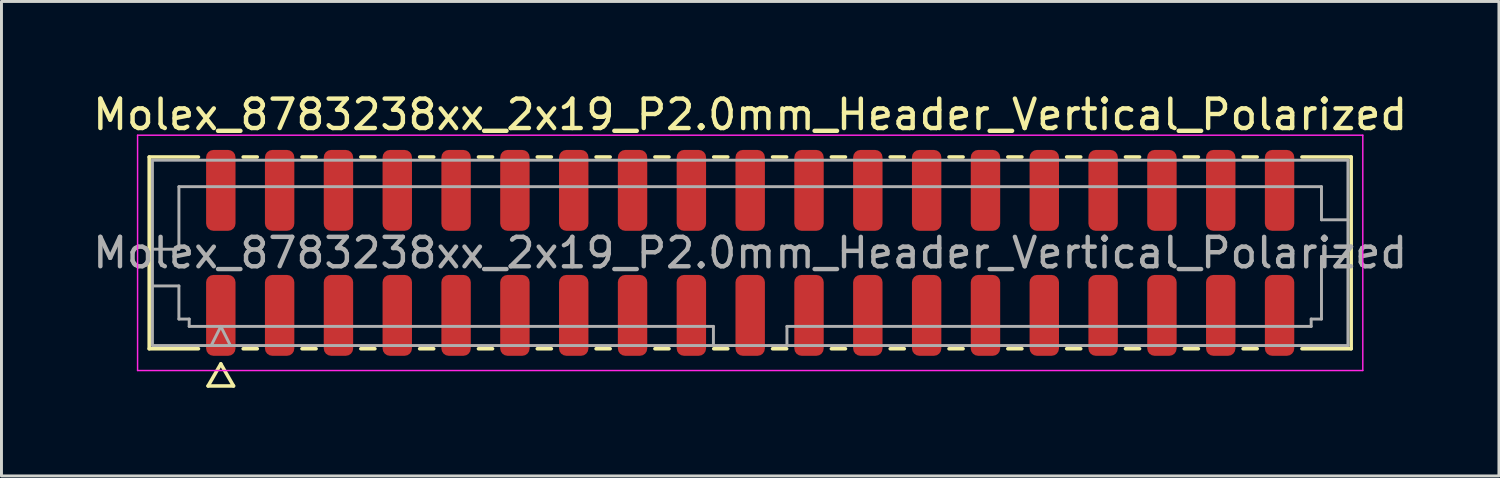
<source format=kicad_pcb>
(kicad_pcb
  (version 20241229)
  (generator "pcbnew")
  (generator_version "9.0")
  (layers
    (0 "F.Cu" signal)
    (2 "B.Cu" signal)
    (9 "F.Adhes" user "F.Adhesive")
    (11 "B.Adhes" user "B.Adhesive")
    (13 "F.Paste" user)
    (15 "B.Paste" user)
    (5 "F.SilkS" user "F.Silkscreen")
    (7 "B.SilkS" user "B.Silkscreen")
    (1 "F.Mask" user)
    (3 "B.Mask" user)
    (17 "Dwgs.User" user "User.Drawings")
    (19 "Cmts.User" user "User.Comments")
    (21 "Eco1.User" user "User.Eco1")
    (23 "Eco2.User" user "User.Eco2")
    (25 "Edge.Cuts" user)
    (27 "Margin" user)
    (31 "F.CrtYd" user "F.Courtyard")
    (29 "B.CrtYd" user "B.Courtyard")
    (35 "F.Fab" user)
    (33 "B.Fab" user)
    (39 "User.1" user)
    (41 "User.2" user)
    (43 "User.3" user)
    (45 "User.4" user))
  (footprint "Molex_8783238xx_2x19_P2.0mm_Header_Vertical_Polarized"
    (layer "F.Cu")
    (at 22.458 5.548)
    (property "Reference" "Molex_8783238xx_2x19_P2.0mm_Header_Vertical_Polarized" (at 0 -4.7 0) (layer "F.SilkS") (effects (font (size 1 1) (thickness 0.15))))
    (attr smd)
    (fp_line (start -20.435 -3.26) (end -18.76 -3.26) (stroke (width 0.12) (type solid)) (layer "F.SilkS"))
    (fp_line (start -20.435 3.26) (end -20.435 -3.26) (stroke (width 0.12) (type solid)) (layer "F.SilkS"))
    (fp_line (start -18.76 3.26) (end -20.435 3.26) (stroke (width 0.12) (type solid)) (layer "F.SilkS"))
    (fp_line (start -18.433 4.525) (end -18 3.775) (stroke (width 0.12) (type solid)) (layer "F.SilkS"))
    (fp_line (start -18 3.775) (end -17.567 4.525) (stroke (width 0.12) (type solid)) (layer "F.SilkS"))
    (fp_line (start -17.567 4.525) (end -18.433 4.525) (stroke (width 0.12) (type solid)) (layer "F.SilkS"))
    (fp_line (start -17.24 -3.26) (end -16.76 -3.26) (stroke (width 0.12) (type solid)) (layer "F.SilkS"))
    (fp_line (start -16.76 3.26) (end -17.24 3.26) (stroke (width 0.12) (type solid)) (layer "F.SilkS"))
    (fp_line (start -15.24 -3.26) (end -14.76 -3.26) (stroke (width 0.12) (type solid)) (layer "F.SilkS"))
    (fp_line (start -14.76 3.26) (end -15.24 3.26) (stroke (width 0.12) (type solid)) (layer "F.SilkS"))
    (fp_line (start -13.24 -3.26) (end -12.76 -3.26) (stroke (width 0.12) (type solid)) (layer "F.SilkS"))
    (fp_line (start -12.76 3.26) (end -13.24 3.26) (stroke (width 0.12) (type solid)) (layer "F.SilkS"))
    (fp_line (start -11.24 -3.26) (end -10.76 -3.26) (stroke (width 0.12) (type solid)) (layer "F.SilkS"))
    (fp_line (start -10.76 3.26) (end -11.24 3.26) (stroke (width 0.12) (type solid)) (layer "F.SilkS"))
    (fp_line (start -9.24 -3.26) (end -8.76 -3.26) (stroke (width 0.12) (type solid)) (layer "F.SilkS"))
    (fp_line (start -8.76 3.26) (end -9.24 3.26) (stroke (width 0.12) (type solid)) (layer "F.SilkS"))
    (fp_line (start -7.24 -3.26) (end -6.76 -3.26) (stroke (width 0.12) (type solid)) (layer "F.SilkS"))
    (fp_line (start -6.76 3.26) (end -7.24 3.26) (stroke (width 0.12) (type solid)) (layer "F.SilkS"))
    (fp_line (start -5.24 -3.26) (end -4.76 -3.26) (stroke (width 0.12) (type solid)) (layer "F.SilkS"))
    (fp_line (start -4.76 3.26) (end -5.24 3.26) (stroke (width 0.12) (type solid)) (layer "F.SilkS"))
    (fp_line (start -3.24 -3.26) (end -2.76 -3.26) (stroke (width 0.12) (type solid)) (layer "F.SilkS"))
    (fp_line (start -2.76 3.26) (end -3.24 3.26) (stroke (width 0.12) (type solid)) (layer "F.SilkS"))
    (fp_line (start -1.24 -3.26) (end -0.76 -3.26) (stroke (width 0.12) (type solid)) (layer "F.SilkS"))
    (fp_line (start -0.76 3.26) (end -1.24 3.26) (stroke (width 0.12) (type solid)) (layer "F.SilkS"))
    (fp_line (start 0.76 -3.26) (end 1.24 -3.26) (stroke (width 0.12) (type solid)) (layer "F.SilkS"))
    (fp_line (start 1.24 3.26) (end 0.76 3.26) (stroke (width 0.12) (type solid)) (layer "F.SilkS"))
    (fp_line (start 2.76 -3.26) (end 3.24 -3.26) (stroke (width 0.12) (type solid)) (layer "F.SilkS"))
    (fp_line (start 3.24 3.26) (end 2.76 3.26) (stroke (width 0.12) (type solid)) (layer "F.SilkS"))
    (fp_line (start 4.76 -3.26) (end 5.24 -3.26) (stroke (width 0.12) (type solid)) (layer "F.SilkS"))
    (fp_line (start 5.24 3.26) (end 4.76 3.26) (stroke (width 0.12) (type solid)) (layer "F.SilkS"))
    (fp_line (start 6.76 -3.26) (end 7.24 -3.26) (stroke (width 0.12) (type solid)) (layer "F.SilkS"))
    (fp_line (start 7.24 3.26) (end 6.76 3.26) (stroke (width 0.12) (type solid)) (layer "F.SilkS"))
    (fp_line (start 8.76 -3.26) (end 9.24 -3.26) (stroke (width 0.12) (type solid)) (layer "F.SilkS"))
    (fp_line (start 9.24 3.26) (end 8.76 3.26) (stroke (width 0.12) (type solid)) (layer "F.SilkS"))
    (fp_line (start 10.76 -3.26) (end 11.24 -3.26) (stroke (width 0.12) (type solid)) (layer "F.SilkS"))
    (fp_line (start 11.24 3.26) (end 10.76 3.26) (stroke (width 0.12) (type solid)) (layer "F.SilkS"))
    (fp_line (start 12.76 -3.26) (end 13.24 -3.26) (stroke (width 0.12) (type solid)) (layer "F.SilkS"))
    (fp_line (start 13.24 3.26) (end 12.76 3.26) (stroke (width 0.12) (type solid)) (layer "F.SilkS"))
    (fp_line (start 14.76 -3.26) (end 15.24 -3.26) (stroke (width 0.12) (type solid)) (layer "F.SilkS"))
    (fp_line (start 15.24 3.26) (end 14.76 3.26) (stroke (width 0.12) (type solid)) (layer "F.SilkS"))
    (fp_line (start 16.76 -3.26) (end 17.24 -3.26) (stroke (width 0.12) (type solid)) (layer "F.SilkS"))
    (fp_line (start 17.24 3.26) (end 16.76 3.26) (stroke (width 0.12) (type solid)) (layer "F.SilkS"))
    (fp_line (start 18.76 -3.26) (end 20.435 -3.26) (stroke (width 0.12) (type solid)) (layer "F.SilkS"))
    (fp_line (start 20.435 -3.26) (end 20.435 3.26) (stroke (width 0.12) (type solid)) (layer "F.SilkS"))
    (fp_line (start 20.435 3.26) (end 18.76 3.26) (stroke (width 0.12) (type solid)) (layer "F.SilkS"))
    (fp_line (start -20.83 -4) (end -20.83 4) (stroke (width 0.05) (type solid)) (layer "F.CrtYd"))
    (fp_line (start -20.83 4) (end 20.83 4) (stroke (width 0.05) (type solid)) (layer "F.CrtYd"))
    (fp_line (start 20.83 -4) (end -20.83 -4) (stroke (width 0.05) (type solid)) (layer "F.CrtYd"))
    (fp_line (start 20.83 4) (end 20.83 -4) (stroke (width 0.05) (type solid)) (layer "F.CrtYd"))
    (fp_line (start -20.325 -3.15) (end 20.325 -3.15) (stroke (width 0.1) (type solid)) (layer "F.Fab"))
    (fp_line (start -20.325 -0.125) (end -19.425 -0.125) (stroke (width 0.1) (type solid)) (layer "F.Fab"))
    (fp_line (start -20.325 1.125) (end -19.425 1.125) (stroke (width 0.1) (type solid)) (layer "F.Fab"))
    (fp_line (start -20.325 3.15) (end -20.325 -3.15) (stroke (width 0.1) (type solid)) (layer "F.Fab"))
    (fp_line (start -19.425 -2.25) (end 19.425 -2.25) (stroke (width 0.1) (type solid)) (layer "F.Fab"))
    (fp_line (start -19.425 -0.125) (end -19.425 -2.25) (stroke (width 0.1) (type solid)) (layer "F.Fab"))
    (fp_line (start -19.425 1.125) (end -19.425 2.25) (stroke (width 0.1) (type solid)) (layer "F.Fab"))
    (fp_line (start -19.425 2.25) (end -19.075 2.25) (stroke (width 0.1) (type solid)) (layer "F.Fab"))
    (fp_line (start -19.075 2.25) (end -19.075 2.5) (stroke (width 0.1) (type solid)) (layer "F.Fab"))
    (fp_line (start -19.075 2.5) (end -1.25 2.5) (stroke (width 0.1) (type solid)) (layer "F.Fab"))
    (fp_line (start -18.325 3.15) (end -18 2.5) (stroke (width 0.1) (type solid)) (layer "F.Fab"))
    (fp_line (start -18 2.5) (end -17.675 3.15) (stroke (width 0.1) (type solid)) (layer "F.Fab"))
    (fp_line (start -1.25 2.5) (end -1.25 3.15) (stroke (width 0.1) (type solid)) (layer "F.Fab"))
    (fp_line (start 1.25 2.5) (end 1.25 3.15) (stroke (width 0.1) (type solid)) (layer "F.Fab"))
    (fp_line (start 1.25 2.5) (end 19.075 2.5) (stroke (width 0.1) (type solid)) (layer "F.Fab"))
    (fp_line (start 19.075 2.25) (end 19.425 2.25) (stroke (width 0.1) (type solid)) (layer "F.Fab"))
    (fp_line (start 19.075 2.5) (end 19.075 2.25) (stroke (width 0.1) (type solid)) (layer "F.Fab"))
    (fp_line (start 19.425 -2.25) (end 19.425 -1.125) (stroke (width 0.1) (type solid)) (layer "F.Fab"))
    (fp_line (start 19.425 -1.125) (end 20.325 -1.125) (stroke (width 0.1) (type solid)) (layer "F.Fab"))
    (fp_line (start 19.425 0.125) (end 20.325 0.125) (stroke (width 0.1) (type solid)) (layer "F.Fab"))
    (fp_line (start 19.425 2.25) (end 19.425 0.125) (stroke (width 0.1) (type solid)) (layer "F.Fab"))
    (fp_line (start 20.325 -3.15) (end 20.325 3.15) (stroke (width 0.1) (type solid)) (layer "F.Fab"))
    (fp_line (start 20.325 3.15) (end -20.325 3.15) (stroke (width 0.1) (type solid)) (layer "F.Fab"))
    (fp_text user "${REFERENCE}" (at 0 0 0) (layer "F.Fab") (effects (font (size 1 1) (thickness 0.15))))
    (pad "1" smd roundrect (at -18 2.125) (size 1 2.75) (layers "F.Cu" "F.Mask" "F.Paste") (roundrect_rratio 0.25))
    (pad "2" smd roundrect (at -18 -2.125) (size 1 2.75) (layers "F.Cu" "F.Mask" "F.Paste") (roundrect_rratio 0.25))
    (pad "3" smd roundrect (at -16 2.125) (size 1 2.75) (layers "F.Cu" "F.Mask" "F.Paste") (roundrect_rratio 0.25))
    (pad "4" smd roundrect (at -16 -2.125) (size 1 2.75) (layers "F.Cu" "F.Mask" "F.Paste") (roundrect_rratio 0.25))
    (pad "5" smd roundrect (at -14 2.125) (size 1 2.75) (layers "F.Cu" "F.Mask" "F.Paste") (roundrect_rratio 0.25))
    (pad "6" smd roundrect (at -14 -2.125) (size 1 2.75) (layers "F.Cu" "F.Mask" "F.Paste") (roundrect_rratio 0.25))
    (pad "7" smd roundrect (at -12 2.125) (size 1 2.75) (layers "F.Cu" "F.Mask" "F.Paste") (roundrect_rratio 0.25))
    (pad "8" smd roundrect (at -12 -2.125) (size 1 2.75) (layers "F.Cu" "F.Mask" "F.Paste") (roundrect_rratio 0.25))
    (pad "9" smd roundrect (at -10 2.125) (size 1 2.75) (layers "F.Cu" "F.Mask" "F.Paste") (roundrect_rratio 0.25))
    (pad "10" smd roundrect (at -10 -2.125) (size 1 2.75) (layers "F.Cu" "F.Mask" "F.Paste") (roundrect_rratio 0.25))
    (pad "11" smd roundrect (at -8 2.125) (size 1 2.75) (layers "F.Cu" "F.Mask" "F.Paste") (roundrect_rratio 0.25))
    (pad "12" smd roundrect (at -8 -2.125) (size 1 2.75) (layers "F.Cu" "F.Mask" "F.Paste") (roundrect_rratio 0.25))
    (pad "13" smd roundrect (at -6 2.125) (size 1 2.75) (layers "F.Cu" "F.Mask" "F.Paste") (roundrect_rratio 0.25))
    (pad "14" smd roundrect (at -6 -2.125) (size 1 2.75) (layers "F.Cu" "F.Mask" "F.Paste") (roundrect_rratio 0.25))
    (pad "15" smd roundrect (at -4 2.125) (size 1 2.75) (layers "F.Cu" "F.Mask" "F.Paste") (roundrect_rratio 0.25))
    (pad "16" smd roundrect (at -4 -2.125) (size 1 2.75) (layers "F.Cu" "F.Mask" "F.Paste") (roundrect_rratio 0.25))
    (pad "17" smd roundrect (at -2 2.125) (size 1 2.75) (layers "F.Cu" "F.Mask" "F.Paste") (roundrect_rratio 0.25))
    (pad "18" smd roundrect (at -2 -2.125) (size 1 2.75) (layers "F.Cu" "F.Mask" "F.Paste") (roundrect_rratio 0.25))
    (pad "19" smd roundrect (at 0 2.125) (size 1 2.75) (layers "F.Cu" "F.Mask" "F.Paste") (roundrect_rratio 0.25))
    (pad "20" smd roundrect (at 0 -2.125) (size 1 2.75) (layers "F.Cu" "F.Mask" "F.Paste") (roundrect_rratio 0.25))
    (pad "21" smd roundrect (at 2 2.125) (size 1 2.75) (layers "F.Cu" "F.Mask" "F.Paste") (roundrect_rratio 0.25))
    (pad "22" smd roundrect (at 2 -2.125) (size 1 2.75) (layers "F.Cu" "F.Mask" "F.Paste") (roundrect_rratio 0.25))
    (pad "23" smd roundrect (at 4 2.125) (size 1 2.75) (layers "F.Cu" "F.Mask" "F.Paste") (roundrect_rratio 0.25))
    (pad "24" smd roundrect (at 4 -2.125) (size 1 2.75) (layers "F.Cu" "F.Mask" "F.Paste") (roundrect_rratio 0.25))
    (pad "25" smd roundrect (at 6 2.125) (size 1 2.75) (layers "F.Cu" "F.Mask" "F.Paste") (roundrect_rratio 0.25))
    (pad "26" smd roundrect (at 6 -2.125) (size 1 2.75) (layers "F.Cu" "F.Mask" "F.Paste") (roundrect_rratio 0.25))
    (pad "27" smd roundrect (at 8 2.125) (size 1 2.75) (layers "F.Cu" "F.Mask" "F.Paste") (roundrect_rratio 0.25))
    (pad "28" smd roundrect (at 8 -2.125) (size 1 2.75) (layers "F.Cu" "F.Mask" "F.Paste") (roundrect_rratio 0.25))
    (pad "29" smd roundrect (at 10 2.125) (size 1 2.75) (layers "F.Cu" "F.Mask" "F.Paste") (roundrect_rratio 0.25))
    (pad "30" smd roundrect (at 10 -2.125) (size 1 2.75) (layers "F.Cu" "F.Mask" "F.Paste") (roundrect_rratio 0.25))
    (pad "31" smd roundrect (at 12 2.125) (size 1 2.75) (layers "F.Cu" "F.Mask" "F.Paste") (roundrect_rratio 0.25))
    (pad "32" smd roundrect (at 12 -2.125) (size 1 2.75) (layers "F.Cu" "F.Mask" "F.Paste") (roundrect_rratio 0.25))
    (pad "33" smd roundrect (at 14 2.125) (size 1 2.75) (layers "F.Cu" "F.Mask" "F.Paste") (roundrect_rratio 0.25))
    (pad "34" smd roundrect (at 14 -2.125) (size 1 2.75) (layers "F.Cu" "F.Mask" "F.Paste") (roundrect_rratio 0.25))
    (pad "35" smd roundrect (at 16 2.125) (size 1 2.75) (layers "F.Cu" "F.Mask" "F.Paste") (roundrect_rratio 0.25))
    (pad "36" smd roundrect (at 16 -2.125) (size 1 2.75) (layers "F.Cu" "F.Mask" "F.Paste") (roundrect_rratio 0.25))
    (pad "37" smd roundrect (at 18 2.125) (size 1 2.75) (layers "F.Cu" "F.Mask" "F.Paste") (roundrect_rratio 0.25))
    (pad "38" smd roundrect (at 18 -2.125) (size 1 2.75) (layers "F.Cu" "F.Mask" "F.Paste") (roundrect_rratio 0.25)))
  (gr_rect
    (start -3 -3)
    (end 47.917 13.133)
    (stroke (width 0.1) (type default))
    (fill no)
    (layer "Edge.Cuts")))
</source>
